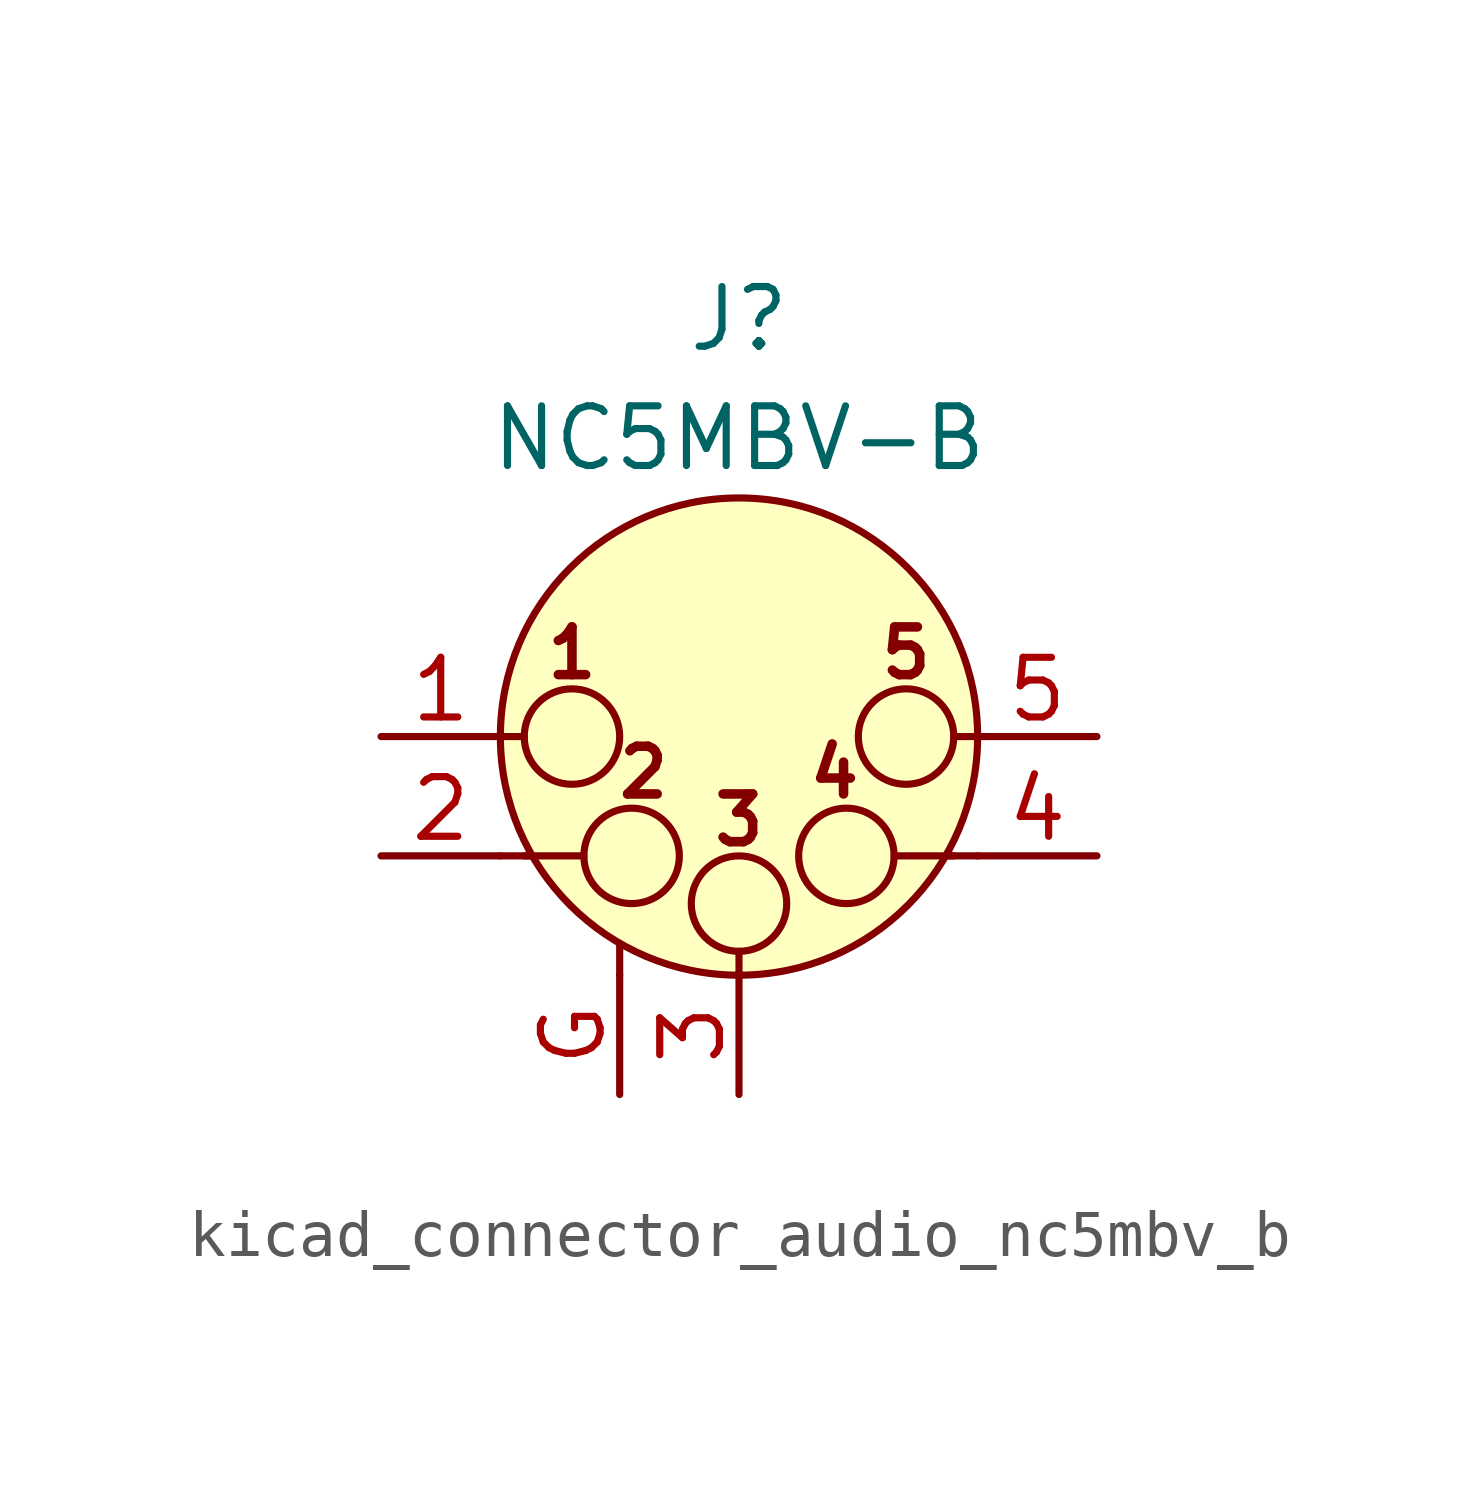
<source format=kicad_sym>
(kicad_symbol_lib
  (version 20220914)
  (generator kicad_symbol_editor)
  (symbol "kicad_connector_audio_nc5mbv_b"
    (pin_names hide)
    (property "Reference" "J"
      (at 0 8.89 0)
      (effects (font (size 1.27 1.27))))
    (property "Value" "NC5MBV-B"
      (at 0 6.35 0)
      (effects (font (size 1.27 1.27))))
    (symbol "kicad_connector_audio_nc5mbv_b_0_1"
      (circle (center -3.556 0) (radius 1.016) (stroke (width 0) (type default)) (fill (type none)))
      (circle (center -2.286 -2.54) (radius 1.016) (stroke (width 0) (type default)) (fill (type none)))
      (circle (center 0 -3.556) (radius 1.016) (stroke (width 0) (type default)) (fill (type none)))
      (polyline (pts (xy -5.08 -2.54) (xy -4.445 -2.54)) (stroke (width 0) (type default)) (fill (type none)))
      (polyline (pts (xy -5.08 0) (xy -4.572 0)) (stroke (width 0) (type default)) (fill (type none)))
      (polyline (pts (xy -4.572 -2.54) (xy -3.302 -2.54)) (stroke (width 0) (type default)) (fill (type none)))
      (polyline (pts (xy -2.54 -5.08) (xy -2.54 -4.445)) (stroke (width 0) (type default)) (fill (type none)))
      (polyline (pts (xy 0 -5.08) (xy 0 -4.572)) (stroke (width 0) (type default)) (fill (type none)))
      (polyline (pts (xy 4.572 -2.54) (xy 3.302 -2.54)) (stroke (width 0) (type default)) (fill (type none)))
      (polyline (pts (xy 5.08 -2.54) (xy 4.445 -2.54)) (stroke (width 0) (type default)) (fill (type none)))
      (polyline (pts (xy 5.08 0) (xy 4.572 0)) (stroke (width 0) (type default)) (fill (type none)))
      (circle (center 0 0) (radius 5.08) (stroke (width 0) (type default)) (fill (type background)))
      (circle (center 2.286 -2.54) (radius 1.016) (stroke (width 0) (type default)) (fill (type none)))
      (circle (center 3.556 0) (radius 1.016) (stroke (width 0) (type default)) (fill (type none)))
      (text "1" (at -3.556 1.778 0) (effects (font (size 1.016 1.016) bold)))
      (text "2" (at -2.032 -0.762 0) (effects (font (size 1.016 1.016) bold)))
      (text "3" (at 0 -1.778 0) (effects (font (size 1.016 1.016) bold)))
      (text "4" (at 2.032 -0.762 0) (effects (font (size 1.016 1.016) bold)))
      (text "5" (at 3.556 1.778 0) (effects (font (size 1.016 1.016) bold))))
    (symbol "kicad_connector_audio_nc5mbv_b_1_1"
      (pin passive line (at -7.62 0 0) (length 2.54) (name "P1" (effects (font (size 1.27 1.27)))) (number "1" (effects (font (size 1.27 1.27)))))
      (pin passive line (at -7.62 -2.54 0) (length 2.54) (name "P2" (effects (font (size 1.27 1.27)))) (number "2" (effects (font (size 1.27 1.27)))))
      (pin passive line (at 0 -7.62 90) (length 2.54) (name "P3" (effects (font (size 1.27 1.27)))) (number "3" (effects (font (size 1.27 1.27)))))
      (pin passive line (at 7.62 -2.54 180) (length 2.54) (name "P3" (effects (font (size 1.27 1.27)))) (number "4" (effects (font (size 1.27 1.27)))))
      (pin passive line (at 7.62 0 180) (length 2.54) (name "P5" (effects (font (size 1.27 1.27)))) (number "5" (effects (font (size 1.27 1.27)))))
      (pin passive line (at -2.54 -7.62 90) (length 2.54) (name "~" (effects (font (size 1.27 1.27)))) (number "G" (effects (font (size 1.27 1.27))))))))
</source>
